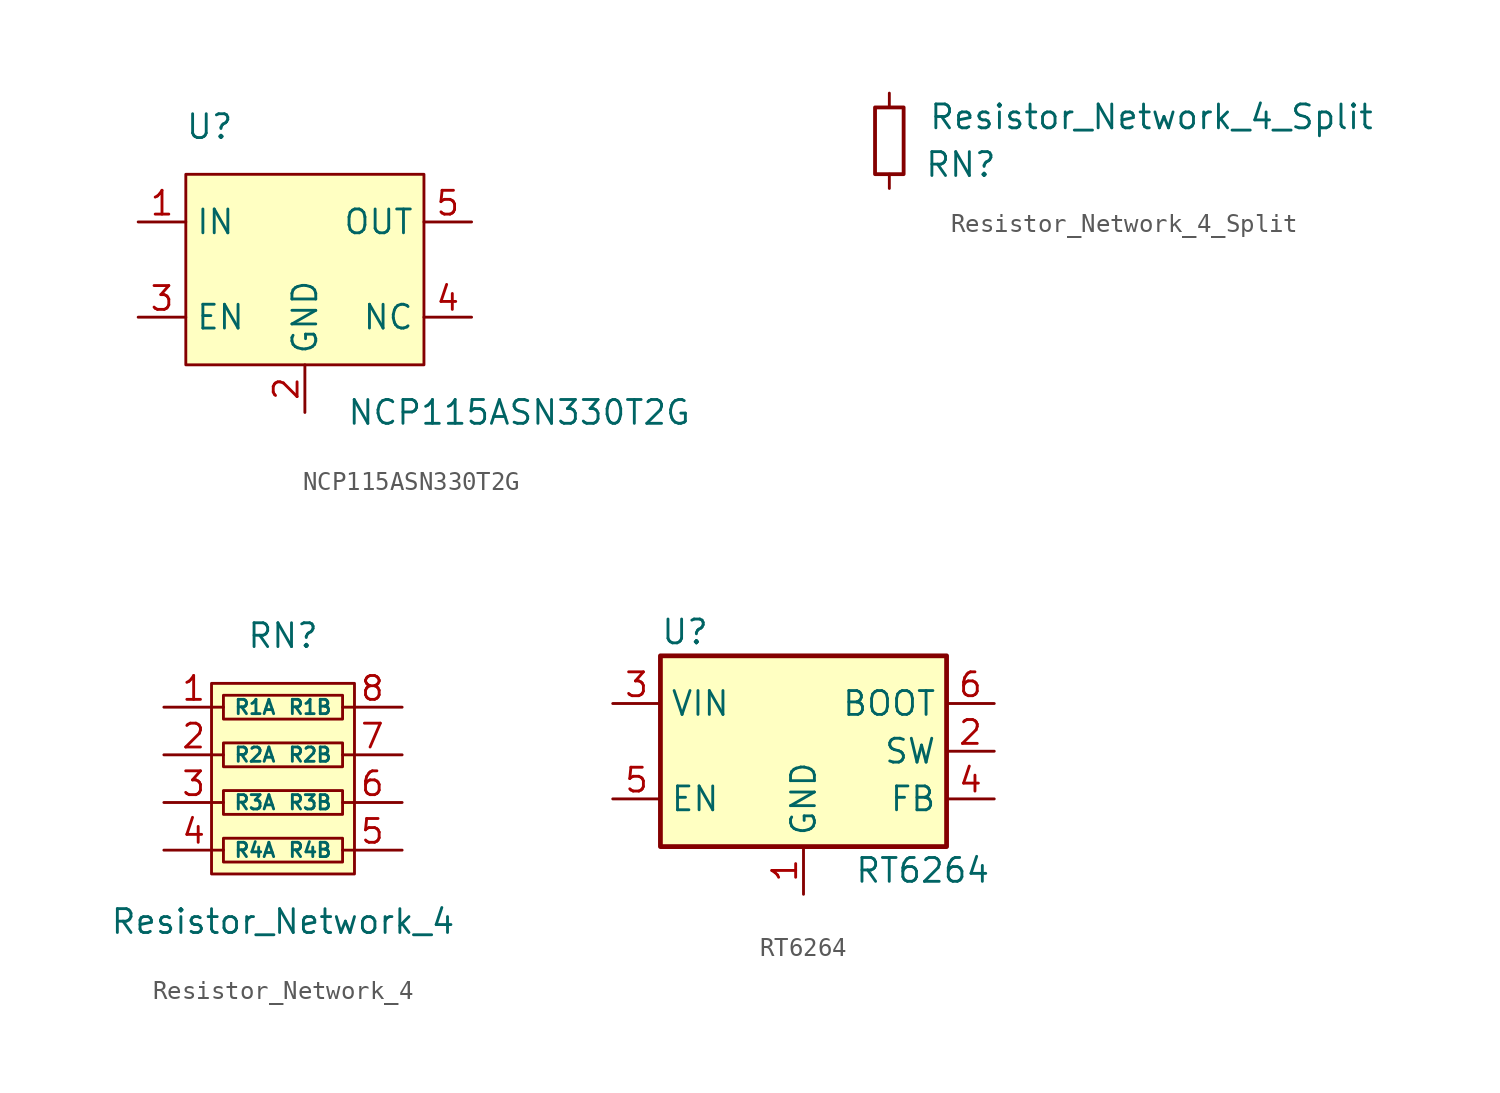
<source format=kicad_sym>
(kicad_symbol_lib
  (version 20211014)
  (generator kicad_symbol_editor)
  (symbol "NCP115ASN330T2G"
    (property "Reference" "U"
      (at -5.08 7.62 0)
      (effects (font (size 1.27 1.27))))
    (property "Value" "NCP115ASN330T2G"
      (at 11.43 -7.62 0)
      (effects (font (size 1.27 1.27))))
    (symbol "NCP115ASN330T2G_0_1"
      (rectangle (start -6.35 5.08) (end 6.35 -5.08) (stroke (width 0) (type default) (color 0 0 0 0)) (fill (type background))))
    (symbol "NCP115ASN330T2G_1_1"
      (pin power_in line (at -8.89 2.54 0) (length 2.54) (name "IN" (effects (font (size 1.27 1.27)))) (number "1" (effects (font (size 1.27 1.27)))))
      (pin power_in line (at 0 -7.62 90) (length 2.54) (name "GND" (effects (font (size 1.27 1.27)))) (number "2" (effects (font (size 1.27 1.27)))))
      (pin input line (at -8.89 -2.54 0) (length 2.54) (name "EN" (effects (font (size 1.27 1.27)))) (number "3" (effects (font (size 1.27 1.27)))))
      (pin passive line (at 8.89 -2.54 180) (length 2.54) (name "NC" (effects (font (size 1.27 1.27)))) (number "4" (effects (font (size 1.27 1.27)))))
      (pin power_out line (at 8.89 2.54 180) (length 2.54) (name "OUT" (effects (font (size 1.27 1.27)))) (number "5" (effects (font (size 1.27 1.27)))))))
  (symbol "Resistor_Network_4_Split"
    (pin_numbers hide)
    (pin_names hide)
    (property "Reference" "RN"
      (at 3.81 -1.27 0)
      (effects (font (size 1.27 1.27))))
    (property "Value" "Resistor_Network_4_Split"
      (at 13.97 1.27 0)
      (effects (font (size 1.27 1.27))))
    (symbol "Resistor_Network_4_Split_0_1"
      (rectangle (start -0.762 1.778) (end 0.762 -1.778) (stroke (width 0.203) (type default) (color 0 0 0 0)) (fill (type none))))
    (symbol "Resistor_Network_4_Split_1_1"
      (pin passive line (at 0 2.54 270) (length 0.762) (name "~" (effects (font (size 1.27 1.27)))) (number "1" (effects (font (size 1.27 1.27)))))
      (pin passive line (at 0 -2.54 90) (length 0.762) (name "~" (effects (font (size 1.27 1.27)))) (number "2" (effects (font (size 1.27 1.27)))))))
  (symbol "Resistor_Network_4"
    (property "Reference" "RN"
      (at 0 7.62 0)
      (effects (font (size 1.27 1.27))))
    (property "Value" "Resistor_Network_4"
      (at 0 -7.62 0)
      (effects (font (size 1.27 1.27))))
    (symbol "Resistor_Network_4_0_1"
      (rectangle (start 3.175 -4.445) (end -3.175 -3.175) (stroke (width 0) (type default) (color 0 0 0 0)) (fill (type none)))
      (rectangle (start 3.175 -1.905) (end -3.175 -0.635) (stroke (width 0) (type default) (color 0 0 0 0)) (fill (type none)))
      (rectangle (start 3.175 0.635) (end -3.175 1.905) (stroke (width 0) (type default) (color 0 0 0 0)) (fill (type none)))
      (rectangle (start 3.175 3.175) (end -3.175 4.445) (stroke (width 0) (type default) (color 0 0 0 0)) (fill (type none)))
      (rectangle (start 3.81 -5.08) (end -3.81 5.08) (stroke (width 0) (type default) (color 0 0 0 0)) (fill (type background))))
    (symbol "Resistor_Network_4_1_1"
      (pin passive line (at -6.35 3.81 0) (length 3.175) (name "R1A" (effects (font (size 0.762 0.762)))) (number "1" (effects (font (size 1.27 1.27)))))
      (pin passive line (at -6.35 1.27 0) (length 3.175) (name "R2A" (effects (font (size 0.762 0.762)))) (number "2" (effects (font (size 1.27 1.27)))))
      (pin passive line (at -6.35 -1.27 0) (length 3.175) (name "R3A" (effects (font (size 0.762 0.762)))) (number "3" (effects (font (size 1.27 1.27)))))
      (pin passive line (at -6.35 -3.81 0) (length 3.175) (name "R4A" (effects (font (size 0.762 0.762)))) (number "4" (effects (font (size 1.27 1.27)))))
      (pin passive line (at 6.35 -3.81 180) (length 3.175) (name "R4B" (effects (font (size 0.762 0.762)))) (number "5" (effects (font (size 1.27 1.27)))))
      (pin passive line (at 6.35 -1.27 180) (length 3.175) (name "R3B" (effects (font (size 0.762 0.762)))) (number "6" (effects (font (size 1.27 1.27)))))
      (pin passive line (at 6.35 1.27 180) (length 3.175) (name "R2B" (effects (font (size 0.762 0.762)))) (number "7" (effects (font (size 1.27 1.27)))))
      (pin passive line (at 6.35 3.81 180) (length 3.175) (name "R1B" (effects (font (size 0.762 0.762)))) (number "8" (effects (font (size 1.27 1.27)))))))
  (symbol "RT6264"
    (property "Reference" "U"
      (at -7.62 6.35 0)
      (effects (font (size 1.27 1.27)) (justify left)))
    (property "Value" "RT6264"
      (at 6.35 -6.35 0)
      (effects (font (size 1.27 1.27))))
    (symbol "RT6264_0_1"
      (rectangle (start -7.62 5.08) (end 7.62 -5.08) (stroke (width 0.254) (type default) (color 0 0 0 0)) (fill (type background))))
    (symbol "RT6264_1_1"
      (pin power_in line (at 0 -7.62 90) (length 2.54) (name "GND" (effects (font (size 1.27 1.27)))) (number "1" (effects (font (size 1.27 1.27)))))
      (pin output line (at 10.16 0 180) (length 2.54) (name "SW" (effects (font (size 1.27 1.27)))) (number "2" (effects (font (size 1.27 1.27)))))
      (pin power_in line (at -10.16 2.54 0) (length 2.54) (name "VIN" (effects (font (size 1.27 1.27)))) (number "3" (effects (font (size 1.27 1.27)))))
      (pin input line (at 10.16 -2.54 180) (length 2.54) (name "FB" (effects (font (size 1.27 1.27)))) (number "4" (effects (font (size 1.27 1.27)))))
      (pin input line (at -10.16 -2.54 0) (length 2.54) (name "EN" (effects (font (size 1.27 1.27)))) (number "5" (effects (font (size 1.27 1.27)))))
      (pin passive line (at 10.16 2.54 180) (length 2.54) (name "BOOT" (effects (font (size 1.27 1.27)))) (number "6" (effects (font (size 1.27 1.27))))))))
</source>
